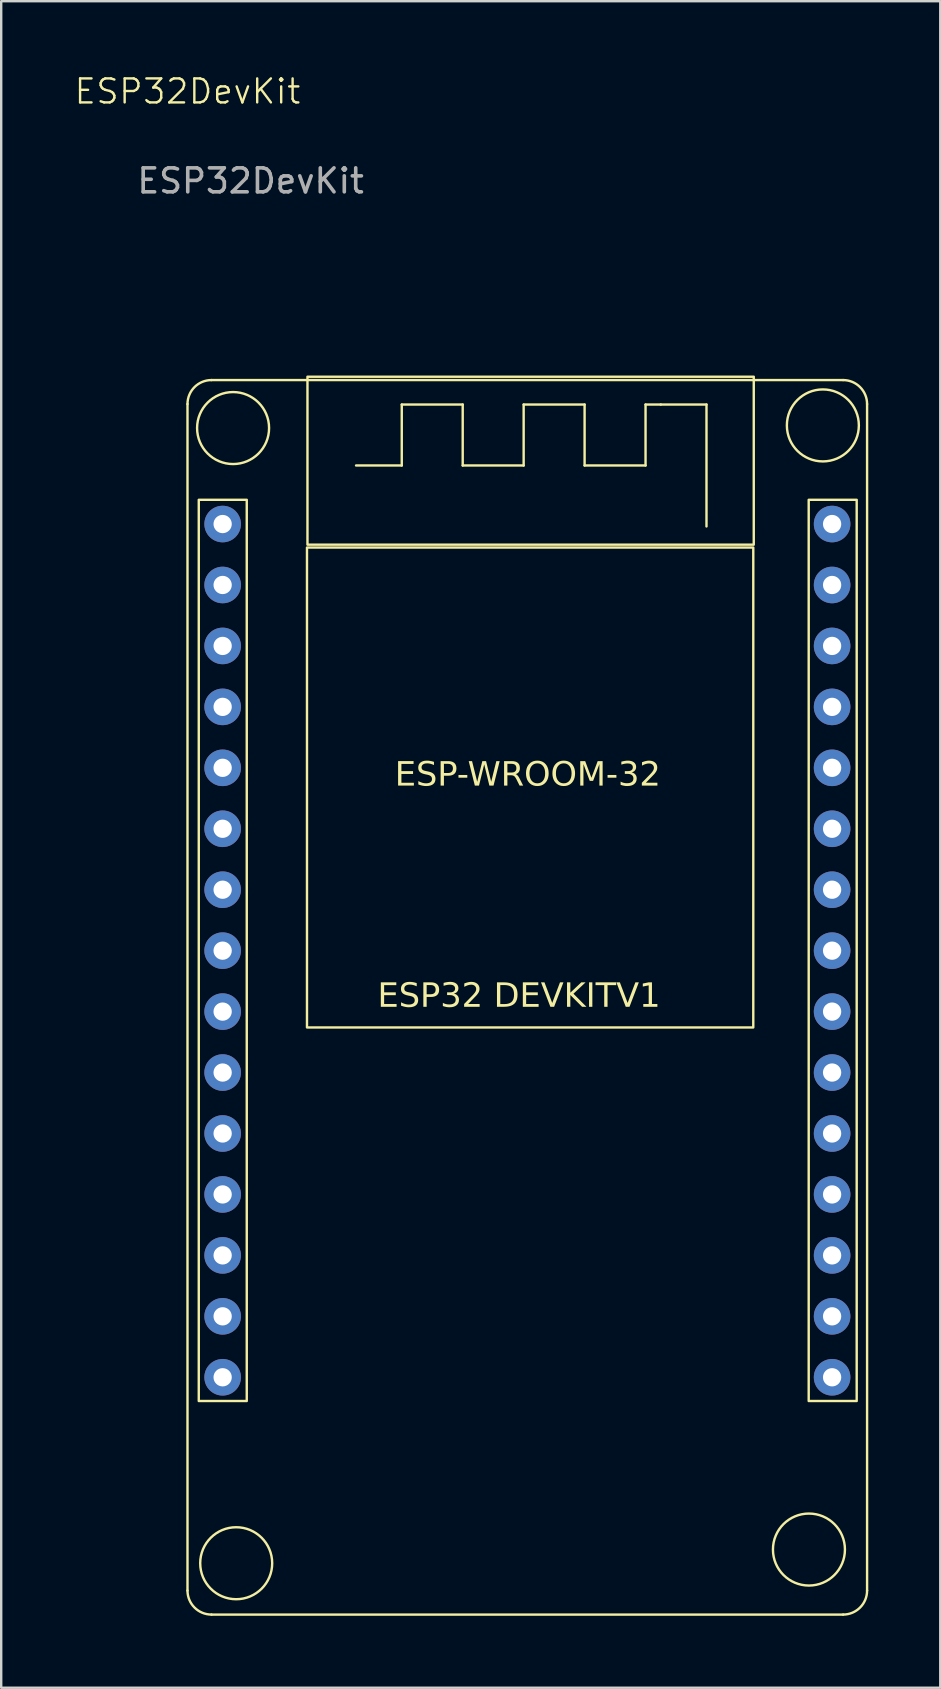
<source format=kicad_pcb>
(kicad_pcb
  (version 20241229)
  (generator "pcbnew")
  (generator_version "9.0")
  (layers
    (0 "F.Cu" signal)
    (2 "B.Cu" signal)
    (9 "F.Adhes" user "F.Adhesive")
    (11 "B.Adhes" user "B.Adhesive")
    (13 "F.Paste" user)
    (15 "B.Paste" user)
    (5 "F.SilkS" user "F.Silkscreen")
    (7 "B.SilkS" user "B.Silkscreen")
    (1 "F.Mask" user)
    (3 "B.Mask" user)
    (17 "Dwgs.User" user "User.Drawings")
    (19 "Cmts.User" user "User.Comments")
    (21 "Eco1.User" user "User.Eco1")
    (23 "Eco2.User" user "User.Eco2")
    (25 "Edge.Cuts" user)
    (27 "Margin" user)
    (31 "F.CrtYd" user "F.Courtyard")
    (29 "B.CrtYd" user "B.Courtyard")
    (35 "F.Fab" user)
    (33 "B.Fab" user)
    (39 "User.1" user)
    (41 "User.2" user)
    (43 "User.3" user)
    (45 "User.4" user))
  (footprint "ESP32DevKit"
    (layer "F.Cu")
    (at 4.764 12.79)
    (property "Reference" "ESP32DevKit" (at 0 -12.03 0) (unlocked yes) (layer "F.SilkS") (effects (font (size 1 1) (thickness 0.1))))
    (attr through_hole)
    (fp_line (start 0 50.45) (end 0 1) (stroke (width 0.1) (type default)) (layer "F.SilkS"))
    (fp_line (start 1 0) (end 27.323 0) (stroke (width 0.1) (type default)) (layer "F.SilkS"))
    (fp_line (start 8.93 1.02) (end 8.93 3.56) (stroke (width 0.1) (type default)) (layer "F.SilkS"))
    (fp_line (start 8.93 3.56) (end 7.025 3.56) (stroke (width 0.1) (type default)) (layer "F.SilkS"))
    (fp_line (start 11.47 1.02) (end 8.93 1.02) (stroke (width 0.1) (type default)) (layer "F.SilkS"))
    (fp_line (start 11.47 3.56) (end 11.47 1.02) (stroke (width 0.1) (type default)) (layer "F.SilkS"))
    (fp_line (start 14.01 1.02) (end 14.01 3.56) (stroke (width 0.1) (type default)) (layer "F.SilkS"))
    (fp_line (start 14.01 3.56) (end 11.47 3.56) (stroke (width 0.1) (type default)) (layer "F.SilkS"))
    (fp_line (start 16.55 1.02) (end 14.01 1.02) (stroke (width 0.1) (type default)) (layer "F.SilkS"))
    (fp_line (start 16.55 3.56) (end 16.55 1.02) (stroke (width 0.1) (type default)) (layer "F.SilkS"))
    (fp_line (start 19.09 1.02) (end 19.09 3.56) (stroke (width 0.1) (type default)) (layer "F.SilkS"))
    (fp_line (start 19.09 3.56) (end 16.55 3.56) (stroke (width 0.1) (type default)) (layer "F.SilkS"))
    (fp_line (start 19.725 1.02) (end 19.09 1.02) (stroke (width 0.1) (type default)) (layer "F.SilkS"))
    (fp_line (start 21.63 1.02) (end 19.725 1.02) (stroke (width 0.1) (type default)) (layer "F.SilkS"))
    (fp_line (start 21.63 6.1) (end 21.63 1.02) (stroke (width 0.1) (type default)) (layer "F.SilkS"))
    (fp_line (start 27.323 51.45) (end 1 51.45) (stroke (width 0.1) (type default)) (layer "F.SilkS"))
    (fp_line (start 28.323 1) (end 28.323 50.45) (stroke (width 0.1) (type default)) (layer "F.SilkS"))
    (fp_rect (start 0.47 4.99) (end 2.47 42.55) (stroke (width 0.1) (type default)) (fill no) (layer "F.SilkS"))
    (fp_rect (start 4.98 6.98) (end 23.58 26.98) (stroke (width 0.1) (type default)) (fill no) (layer "F.SilkS"))
    (fp_rect (start 5 -0.14) (end 23.6 6.86) (stroke (width 0.1) (type default)) (fill no) (layer "F.SilkS"))
    (fp_rect (start 25.89 4.99) (end 27.89 42.55) (stroke (width 0.1) (type default)) (fill no) (layer "F.SilkS"))
    (fp_arc (start 0 1) (mid 0.292893 0.292893) (end 1 0) (stroke (width 0.1) (type default)) (layer "F.SilkS"))
    (fp_arc (start 1 51.45) (mid 0.292893 51.157107) (end 0 50.45) (stroke (width 0.1) (type default)) (layer "F.SilkS"))
    (fp_arc (start 27.323 0) (mid 28.030107 0.292893) (end 28.323 1) (stroke (width 0.1) (type default)) (layer "F.SilkS"))
    (fp_arc (start 28.323 50.45) (mid 28.030107 51.157107) (end 27.323 51.45) (stroke (width 0.1) (type default)) (layer "F.SilkS"))
    (fp_circle (center 1.9 2) (end 3.4 2) (stroke (width 0.1) (type default)) (fill no) (layer "F.SilkS"))
    (fp_circle (center 2.03 49.31) (end 3.53 49.31) (stroke (width 0.1) (type default)) (fill no) (layer "F.SilkS"))
    (fp_circle (center 25.9 48.74) (end 27.4 48.74) (stroke (width 0.1) (type default)) (fill no) (layer "F.SilkS"))
    (fp_circle (center 26.48 1.89) (end 27.98 1.89) (stroke (width 0.1) (type default)) (fill no) (layer "F.SilkS"))
    (fp_text user "ESP32 DEVKITV1" (at 7.92 26.29 0) (unlocked yes) (layer "F.SilkS") (effects (font (face "Arial") (size 1 1) (thickness 0.1)) (justify left bottom)))
    (fp_text user "ESP-WROOM-32" (at 8.64 17.07 0) (unlocked yes) (layer "F.SilkS") (effects (font (face "Arial") (size 1 1) (thickness 0.1)) (justify left bottom)))
    (fp_text user "${REFERENCE}" (at 2.63 -8.3 0) (unlocked yes) (layer "F.Fab") (effects (font (size 1 1) (thickness 0.15))))
    (pad "1" thru_hole circle (at 1.465 6) (size 1.524 1.524) (drill 0.762) (layers "*.Cu" "*.Mask"))
    (pad "2" thru_hole circle (at 1.465 8.54) (size 1.524 1.524) (drill 0.762) (layers "*.Cu" "*.Mask"))
    (pad "3" thru_hole circle (at 1.465 11.08) (size 1.524 1.524) (drill 0.762) (layers "*.Cu" "*.Mask"))
    (pad "4" thru_hole circle (at 1.465 13.62) (size 1.524 1.524) (drill 0.762) (layers "*.Cu" "*.Mask"))
    (pad "5" thru_hole circle (at 1.465 16.16) (size 1.524 1.524) (drill 0.762) (layers "*.Cu" "*.Mask"))
    (pad "6" thru_hole circle (at 1.465 18.7) (size 1.524 1.524) (drill 0.762) (layers "*.Cu" "*.Mask"))
    (pad "7" thru_hole circle (at 1.465 21.24) (size 1.524 1.524) (drill 0.762) (layers "*.Cu" "*.Mask"))
    (pad "8" thru_hole circle (at 1.465 23.78) (size 1.524 1.524) (drill 0.762) (layers "*.Cu" "*.Mask"))
    (pad "9" thru_hole circle (at 1.465 26.32) (size 1.524 1.524) (drill 0.762) (layers "*.Cu" "*.Mask"))
    (pad "10" thru_hole circle (at 1.465 28.86) (size 1.524 1.524) (drill 0.762) (layers "*.Cu" "*.Mask"))
    (pad "11" thru_hole circle (at 1.465 31.4) (size 1.524 1.524) (drill 0.762) (layers "*.Cu" "*.Mask"))
    (pad "12" thru_hole circle (at 1.465 33.94) (size 1.524 1.524) (drill 0.762) (layers "*.Cu" "*.Mask"))
    (pad "13" thru_hole circle (at 1.465 36.48) (size 1.524 1.524) (drill 0.762) (layers "*.Cu" "*.Mask"))
    (pad "14" thru_hole circle (at 1.465 39.02) (size 1.524 1.524) (drill 0.762) (layers "*.Cu" "*.Mask"))
    (pad "15" thru_hole circle (at 1.465 41.56) (size 1.524 1.524) (drill 0.762) (layers "*.Cu" "*.Mask"))
    (pad "16" thru_hole circle (at 26.865 6) (size 1.524 1.524) (drill 0.762) (layers "*.Cu" "*.Mask"))
    (pad "17" thru_hole circle (at 26.865 8.54) (size 1.524 1.524) (drill 0.762) (layers "*.Cu" "*.Mask"))
    (pad "18" thru_hole circle (at 26.865 11.08) (size 1.524 1.524) (drill 0.762) (layers "*.Cu" "*.Mask"))
    (pad "19" thru_hole circle (at 26.865 13.62) (size 1.524 1.524) (drill 0.762) (layers "*.Cu" "*.Mask"))
    (pad "20" thru_hole circle (at 26.865 16.16) (size 1.524 1.524) (drill 0.762) (layers "*.Cu" "*.Mask"))
    (pad "21" thru_hole circle (at 26.865 18.7) (size 1.524 1.524) (drill 0.762) (layers "*.Cu" "*.Mask"))
    (pad "22" thru_hole circle (at 26.865 21.24) (size 1.524 1.524) (drill 0.762) (layers "*.Cu" "*.Mask"))
    (pad "23" thru_hole circle (at 26.865 23.78) (size 1.524 1.524) (drill 0.762) (layers "*.Cu" "*.Mask"))
    (pad "24" thru_hole circle (at 26.865 26.32) (size 1.524 1.524) (drill 0.762) (layers "*.Cu" "*.Mask"))
    (pad "25" thru_hole circle (at 26.865 28.86) (size 1.524 1.524) (drill 0.762) (layers "*.Cu" "*.Mask"))
    (pad "26" thru_hole circle (at 26.865 31.4) (size 1.524 1.524) (drill 0.762) (layers "*.Cu" "*.Mask"))
    (pad "27" thru_hole circle (at 26.865 33.94) (size 1.524 1.524) (drill 0.762) (layers "*.Cu" "*.Mask"))
    (pad "28" thru_hole circle (at 26.865 36.48) (size 1.524 1.524) (drill 0.762) (layers "*.Cu" "*.Mask"))
    (pad "29" thru_hole circle (at 26.865 39.02) (size 1.524 1.524) (drill 0.762) (layers "*.Cu" "*.Mask"))
    (pad "30" thru_hole circle (at 26.865 41.56) (size 1.524 1.524) (drill 0.762) (layers "*.Cu" "*.Mask")))
  (gr_rect
    (start -3 -3)
    (end 36.137 67.29)
    (stroke (width 0.1) (type default))
    (fill no)
    (layer "Edge.Cuts")))
</source>
